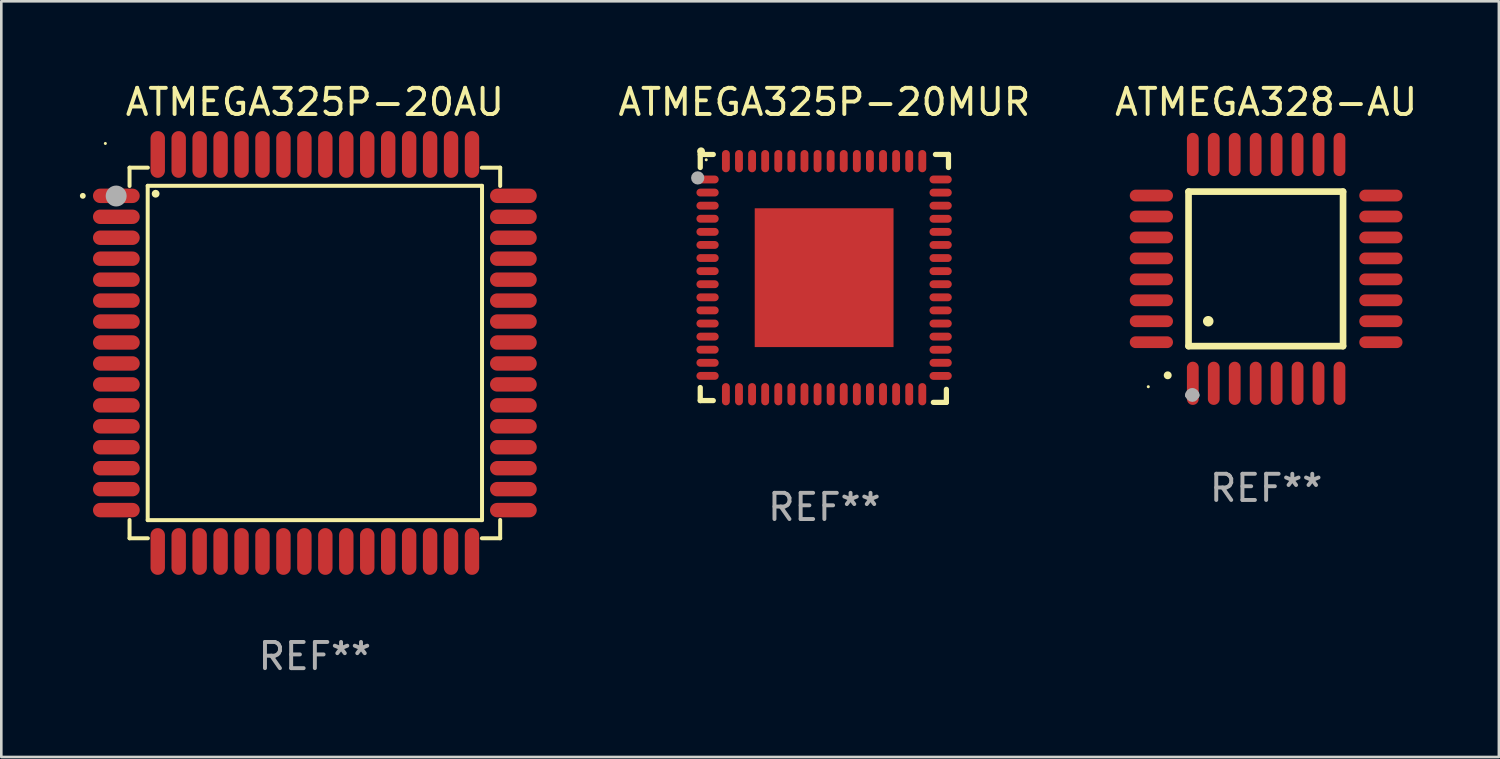
<source format=kicad_pcb>
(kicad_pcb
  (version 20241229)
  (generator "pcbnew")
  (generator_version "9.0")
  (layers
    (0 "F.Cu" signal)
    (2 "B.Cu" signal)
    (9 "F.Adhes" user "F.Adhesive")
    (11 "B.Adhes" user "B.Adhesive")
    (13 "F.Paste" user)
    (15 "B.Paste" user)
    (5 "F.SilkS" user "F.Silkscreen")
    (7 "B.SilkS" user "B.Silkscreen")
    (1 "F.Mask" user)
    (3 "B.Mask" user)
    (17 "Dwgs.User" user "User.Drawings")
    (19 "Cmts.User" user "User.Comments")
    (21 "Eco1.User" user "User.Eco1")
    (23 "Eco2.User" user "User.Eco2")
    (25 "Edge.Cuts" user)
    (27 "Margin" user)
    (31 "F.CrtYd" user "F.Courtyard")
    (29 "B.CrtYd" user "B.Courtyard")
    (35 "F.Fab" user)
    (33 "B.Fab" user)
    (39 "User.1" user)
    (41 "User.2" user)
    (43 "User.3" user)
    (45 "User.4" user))
  (footprint "ATMEGA325P-20MUR"
    (layer "F.Cu")
    (at 28.428 7.581)
    (property "Reference" "ATMEGA325P-20MUR" (at 0 -6.733 0) (layer "F.SilkS") (effects (font (size 1 1) (thickness 0.15))))
    (attr through_hole)
    (fp_line (start -4.739 -4.733) (end -4.241 -4.733) (stroke (width 0.2) (type solid)) (layer "F.SilkS"))
    (fp_line (start -4.739 -4.235) (end -4.739 -4.733) (stroke (width 0.2) (type solid)) (layer "F.SilkS"))
    (fp_line (start -4.739 4.168) (end -4.739 4.665) (stroke (width 0.2) (type solid)) (layer "F.SilkS"))
    (fp_line (start -4.739 4.665) (end -4.241 4.665) (stroke (width 0.2) (type solid)) (layer "F.SilkS"))
    (fp_line (start 4.161 4.733) (end 4.659 4.733) (stroke (width 0.2) (type solid)) (layer "F.SilkS"))
    (fp_line (start 4.241 -4.733) (end 4.739 -4.733) (stroke (width 0.2) (type solid)) (layer "F.SilkS"))
    (fp_line (start 4.659 4.733) (end 4.659 4.235) (stroke (width 0.2) (type solid)) (layer "F.SilkS"))
    (fp_line (start 4.739 -4.733) (end 4.739 -4.235) (stroke (width 0.2) (type solid)) (layer "F.SilkS"))
    (fp_arc (start -4.708623 -4.85108) (mid -4.708628 -4.85235) (end -4.708623 -4.85362) (stroke (width 0.3) (type solid)) (layer "F.SilkS"))
    (fp_circle (center -4.511 -4.529) (end -4.481 -4.529) (stroke (width 0.06) (type solid)) (fill no) (layer "F.SilkS"))
    (fp_circle (center -4.836 -3.838) (end -4.709 -3.838) (stroke (width 0.254) (type solid)) (fill no) (layer "F.Fab"))
    (fp_text user "REF**" (at 0 8.733 0) (layer "F.Fab") (effects (font (size 1 1) (thickness 0.15))))
    (pad "1" smd oval (at -4.46 -3.778) (size 0.85 0.3) (layers "F.Cu" "F.Mask" "F.Paste"))
    (pad "2" smd oval (at -4.46 -3.278) (size 0.85 0.3) (layers "F.Cu" "F.Mask" "F.Paste"))
    (pad "3" smd oval (at -4.46 -2.778) (size 0.85 0.3) (layers "F.Cu" "F.Mask" "F.Paste"))
    (pad "4" smd oval (at -4.46 -2.278) (size 0.85 0.3) (layers "F.Cu" "F.Mask" "F.Paste"))
    (pad "5" smd oval (at -4.46 -1.778) (size 0.85 0.3) (layers "F.Cu" "F.Mask" "F.Paste"))
    (pad "6" smd oval (at -4.46 -1.278) (size 0.85 0.3) (layers "F.Cu" "F.Mask" "F.Paste"))
    (pad "7" smd oval (at -4.46 -0.778) (size 0.85 0.3) (layers "F.Cu" "F.Mask" "F.Paste"))
    (pad "8" smd oval (at -4.46 -0.278) (size 0.85 0.3) (layers "F.Cu" "F.Mask" "F.Paste"))
    (pad "9" smd oval (at -4.46 0.222) (size 0.85 0.3) (layers "F.Cu" "F.Mask" "F.Paste"))
    (pad "10" smd oval (at -4.46 0.722) (size 0.85 0.3) (layers "F.Cu" "F.Mask" "F.Paste"))
    (pad "11" smd oval (at -4.46 1.222) (size 0.85 0.3) (layers "F.Cu" "F.Mask" "F.Paste"))
    (pad "12" smd oval (at -4.46 1.722) (size 0.85 0.3) (layers "F.Cu" "F.Mask" "F.Paste"))
    (pad "13" smd oval (at -4.46 2.222) (size 0.85 0.3) (layers "F.Cu" "F.Mask" "F.Paste"))
    (pad "14" smd oval (at -4.46 2.722) (size 0.85 0.3) (layers "F.Cu" "F.Mask" "F.Paste"))
    (pad "15" smd oval (at -4.46 3.222) (size 0.85 0.3) (layers "F.Cu" "F.Mask" "F.Paste"))
    (pad "16" smd oval (at -4.46 3.722) (size 0.85 0.3) (layers "F.Cu" "F.Mask" "F.Paste"))
    (pad "17" smd oval (at -3.76 4.422) (size 0.3 0.85) (layers "F.Cu" "F.Mask" "F.Paste"))
    (pad "18" smd oval (at -3.26 4.422) (size 0.3 0.85) (layers "F.Cu" "F.Mask" "F.Paste"))
    (pad "19" smd oval (at -2.76 4.422) (size 0.3 0.85) (layers "F.Cu" "F.Mask" "F.Paste"))
    (pad "20" smd oval (at -2.26 4.422) (size 0.3 0.85) (layers "F.Cu" "F.Mask" "F.Paste"))
    (pad "21" smd oval (at -1.76 4.422) (size 0.3 0.85) (layers "F.Cu" "F.Mask" "F.Paste"))
    (pad "22" smd oval (at -1.26 4.422) (size 0.3 0.85) (layers "F.Cu" "F.Mask" "F.Paste"))
    (pad "23" smd oval (at -0.76 4.422) (size 0.3 0.85) (layers "F.Cu" "F.Mask" "F.Paste"))
    (pad "24" smd oval (at -0.26 4.422) (size 0.3 0.85) (layers "F.Cu" "F.Mask" "F.Paste"))
    (pad "25" smd oval (at 0.24 4.422) (size 0.3 0.85) (layers "F.Cu" "F.Mask" "F.Paste"))
    (pad "26" smd oval (at 0.74 4.422) (size 0.3 0.85) (layers "F.Cu" "F.Mask" "F.Paste"))
    (pad "27" smd oval (at 1.24 4.422) (size 0.3 0.85) (layers "F.Cu" "F.Mask" "F.Paste"))
    (pad "28" smd oval (at 1.74 4.422) (size 0.3 0.85) (layers "F.Cu" "F.Mask" "F.Paste"))
    (pad "29" smd oval (at 2.24 4.422) (size 0.3 0.85) (layers "F.Cu" "F.Mask" "F.Paste"))
    (pad "30" smd oval (at 2.74 4.422) (size 0.3 0.85) (layers "F.Cu" "F.Mask" "F.Paste"))
    (pad "31" smd oval (at 3.24 4.422) (size 0.3 0.85) (layers "F.Cu" "F.Mask" "F.Paste"))
    (pad "32" smd oval (at 3.74 4.422) (size 0.3 0.85) (layers "F.Cu" "F.Mask" "F.Paste"))
    (pad "33" smd oval (at 4.44 3.723) (size 0.85 0.3) (layers "F.Cu" "F.Mask" "F.Paste"))
    (pad "34" smd oval (at 4.44 3.222) (size 0.85 0.3) (layers "F.Cu" "F.Mask" "F.Paste"))
    (pad "35" smd oval (at 4.44 2.723) (size 0.85 0.3) (layers "F.Cu" "F.Mask" "F.Paste"))
    (pad "36" smd oval (at 4.44 2.222) (size 0.85 0.3) (layers "F.Cu" "F.Mask" "F.Paste"))
    (pad "37" smd oval (at 4.44 1.723) (size 0.85 0.3) (layers "F.Cu" "F.Mask" "F.Paste"))
    (pad "38" smd oval (at 4.44 1.222) (size 0.85 0.3) (layers "F.Cu" "F.Mask" "F.Paste"))
    (pad "39" smd oval (at 4.44 0.723) (size 0.85 0.3) (layers "F.Cu" "F.Mask" "F.Paste"))
    (pad "40" smd oval (at 4.44 0.222) (size 0.85 0.3) (layers "F.Cu" "F.Mask" "F.Paste"))
    (pad "41" smd oval (at 4.44 -0.277) (size 0.85 0.3) (layers "F.Cu" "F.Mask" "F.Paste"))
    (pad "42" smd oval (at 4.44 -0.778) (size 0.85 0.3) (layers "F.Cu" "F.Mask" "F.Paste"))
    (pad "43" smd oval (at 4.44 -1.277) (size 0.85 0.3) (layers "F.Cu" "F.Mask" "F.Paste"))
    (pad "44" smd oval (at 4.44 -1.778) (size 0.85 0.3) (layers "F.Cu" "F.Mask" "F.Paste"))
    (pad "45" smd oval (at 4.44 -2.277) (size 0.85 0.3) (layers "F.Cu" "F.Mask" "F.Paste"))
    (pad "46" smd oval (at 4.44 -2.778) (size 0.85 0.3) (layers "F.Cu" "F.Mask" "F.Paste"))
    (pad "47" smd oval (at 4.44 -3.277) (size 0.85 0.3) (layers "F.Cu" "F.Mask" "F.Paste"))
    (pad "48" smd oval (at 4.44 -3.778) (size 0.85 0.3) (layers "F.Cu" "F.Mask" "F.Paste"))
    (pad "49" smd oval (at 3.74 -4.478) (size 0.3 0.85) (layers "F.Cu" "F.Mask" "F.Paste"))
    (pad "50" smd oval (at 3.24 -4.478) (size 0.3 0.85) (layers "F.Cu" "F.Mask" "F.Paste"))
    (pad "51" smd oval (at 2.74 -4.478) (size 0.3 0.85) (layers "F.Cu" "F.Mask" "F.Paste"))
    (pad "52" smd oval (at 2.24 -4.478) (size 0.3 0.85) (layers "F.Cu" "F.Mask" "F.Paste"))
    (pad "53" smd oval (at 1.74 -4.478) (size 0.3 0.85) (layers "F.Cu" "F.Mask" "F.Paste"))
    (pad "54" smd oval (at 1.24 -4.478) (size 0.3 0.85) (layers "F.Cu" "F.Mask" "F.Paste"))
    (pad "55" smd oval (at 0.74 -4.478) (size 0.3 0.85) (layers "F.Cu" "F.Mask" "F.Paste"))
    (pad "56" smd oval (at 0.24 -4.478) (size 0.3 0.85) (layers "F.Cu" "F.Mask" "F.Paste"))
    (pad "57" smd oval (at -0.26 -4.478) (size 0.3 0.85) (layers "F.Cu" "F.Mask" "F.Paste"))
    (pad "58" smd oval (at -0.76 -4.478) (size 0.3 0.85) (layers "F.Cu" "F.Mask" "F.Paste"))
    (pad "59" smd oval (at -1.26 -4.478) (size 0.3 0.85) (layers "F.Cu" "F.Mask" "F.Paste"))
    (pad "60" smd oval (at -1.76 -4.478) (size 0.3 0.85) (layers "F.Cu" "F.Mask" "F.Paste"))
    (pad "61" smd oval (at -2.26 -4.478) (size 0.3 0.85) (layers "F.Cu" "F.Mask" "F.Paste"))
    (pad "62" smd oval (at -2.76 -4.478) (size 0.3 0.85) (layers "F.Cu" "F.Mask" "F.Paste"))
    (pad "63" smd oval (at -3.26 -4.478) (size 0.3 0.85) (layers "F.Cu" "F.Mask" "F.Paste"))
    (pad "64" smd oval (at -3.76 -4.478) (size 0.3 0.85) (layers "F.Cu" "F.Mask" "F.Paste"))
    (pad "65" smd rect (at -0.009 -0.028 90) (size 5.3 5.3) (layers "F.Cu" "F.Mask" "F.Paste")))
  (footprint "ATMEGA325P-20AU"
    (layer "F.Cu")
    (at 8.973 10.428)
    (property "Reference" "ATMEGA325P-20AU" (at 0 -9.58 0) (layer "F.SilkS") (effects (font (size 1 1) (thickness 0.15))))
    (attr through_hole)
    (fp_line (start -7.076 -7.076) (end -6.376 -7.076) (stroke (width 0.152) (type solid)) (layer "F.SilkS"))
    (fp_line (start -7.076 -6.376) (end -7.076 -7.076) (stroke (width 0.152) (type solid)) (layer "F.SilkS"))
    (fp_line (start -7.076 6.376) (end -7.076 7.076) (stroke (width 0.152) (type solid)) (layer "F.SilkS"))
    (fp_line (start -7.076 7.076) (end -6.376 7.076) (stroke (width 0.152) (type solid)) (layer "F.SilkS"))
    (fp_line (start -6.383 -6.383) (end 6.383 -6.383) (stroke (width 0.152) (type solid)) (layer "F.SilkS"))
    (fp_line (start -6.383 6.383) (end -6.383 -6.383) (stroke (width 0.152) (type solid)) (layer "F.SilkS"))
    (fp_line (start 6.383 -6.383) (end 6.383 6.383) (stroke (width 0.152) (type solid)) (layer "F.SilkS"))
    (fp_line (start 6.383 6.383) (end -6.383 6.383) (stroke (width 0.152) (type solid)) (layer "F.SilkS"))
    (fp_line (start 7.076 -7.076) (end 6.376 -7.076) (stroke (width 0.152) (type solid)) (layer "F.SilkS"))
    (fp_line (start 7.076 -6.376) (end 7.076 -7.076) (stroke (width 0.152) (type solid)) (layer "F.SilkS"))
    (fp_line (start 7.076 6.376) (end 7.076 7.076) (stroke (width 0.152) (type solid)) (layer "F.SilkS"))
    (fp_line (start 7.076 7.076) (end 6.376 7.076) (stroke (width 0.152) (type solid)) (layer "F.SilkS"))
    (fp_circle (center -8.861 -6) (end -8.805 -6) (stroke (width 0.112) (type solid)) (fill no) (layer "F.SilkS"))
    (fp_circle (center -8 -8) (end -7.97 -8) (stroke (width 0.06) (type solid)) (fill no) (layer "F.SilkS"))
    (fp_circle (center -6.08 -6.08) (end -6.005 -6.08) (stroke (width 0.15) (type solid)) (fill no) (layer "F.SilkS"))
    (fp_circle (center -7.587 -5.993) (end -7.387 -5.993) (stroke (width 0.4) (type solid)) (fill no) (layer "F.Fab"))
    (fp_text user "REF**" (at 0 11.58 0) (layer "F.Fab") (effects (font (size 1 1) (thickness 0.15))))
    (pad "1" smd oval (at -7.58 -6) (size 1.785 0.55) (layers "F.Cu" "F.Mask" "F.Paste"))
    (pad "2" smd oval (at -7.58 -5.2) (size 1.785 0.55) (layers "F.Cu" "F.Mask" "F.Paste"))
    (pad "3" smd oval (at -7.58 -4.4) (size 1.785 0.55) (layers "F.Cu" "F.Mask" "F.Paste"))
    (pad "4" smd oval (at -7.58 -3.6) (size 1.785 0.55) (layers "F.Cu" "F.Mask" "F.Paste"))
    (pad "5" smd oval (at -7.58 -2.8) (size 1.785 0.55) (layers "F.Cu" "F.Mask" "F.Paste"))
    (pad "6" smd oval (at -7.58 -2) (size 1.785 0.55) (layers "F.Cu" "F.Mask" "F.Paste"))
    (pad "7" smd oval (at -7.58 -1.2) (size 1.785 0.55) (layers "F.Cu" "F.Mask" "F.Paste"))
    (pad "8" smd oval (at -7.58 -0.4) (size 1.785 0.55) (layers "F.Cu" "F.Mask" "F.Paste"))
    (pad "9" smd oval (at -7.58 0.4) (size 1.785 0.55) (layers "F.Cu" "F.Mask" "F.Paste"))
    (pad "10" smd oval (at -7.58 1.2) (size 1.785 0.55) (layers "F.Cu" "F.Mask" "F.Paste"))
    (pad "11" smd oval (at -7.58 2) (size 1.785 0.55) (layers "F.Cu" "F.Mask" "F.Paste"))
    (pad "12" smd oval (at -7.58 2.8) (size 1.785 0.55) (layers "F.Cu" "F.Mask" "F.Paste"))
    (pad "13" smd oval (at -7.58 3.6) (size 1.785 0.55) (layers "F.Cu" "F.Mask" "F.Paste"))
    (pad "14" smd oval (at -7.58 4.4) (size 1.785 0.55) (layers "F.Cu" "F.Mask" "F.Paste"))
    (pad "15" smd oval (at -7.58 5.2) (size 1.785 0.55) (layers "F.Cu" "F.Mask" "F.Paste"))
    (pad "16" smd oval (at -7.58 6) (size 1.785 0.55) (layers "F.Cu" "F.Mask" "F.Paste"))
    (pad "17" smd oval (at -6 7.58) (size 0.55 1.785) (layers "F.Cu" "F.Mask" "F.Paste"))
    (pad "18" smd oval (at -5.2 7.58) (size 0.55 1.785) (layers "F.Cu" "F.Mask" "F.Paste"))
    (pad "19" smd oval (at -4.4 7.58) (size 0.55 1.785) (layers "F.Cu" "F.Mask" "F.Paste"))
    (pad "20" smd oval (at -3.6 7.58) (size 0.55 1.785) (layers "F.Cu" "F.Mask" "F.Paste"))
    (pad "21" smd oval (at -2.8 7.58) (size 0.55 1.785) (layers "F.Cu" "F.Mask" "F.Paste"))
    (pad "22" smd oval (at -2 7.58) (size 0.55 1.785) (layers "F.Cu" "F.Mask" "F.Paste"))
    (pad "23" smd oval (at -1.2 7.58) (size 0.55 1.785) (layers "F.Cu" "F.Mask" "F.Paste"))
    (pad "24" smd oval (at -0.4 7.58) (size 0.55 1.785) (layers "F.Cu" "F.Mask" "F.Paste"))
    (pad "25" smd oval (at 0.4 7.58) (size 0.55 1.785) (layers "F.Cu" "F.Mask" "F.Paste"))
    (pad "26" smd oval (at 1.2 7.58) (size 0.55 1.785) (layers "F.Cu" "F.Mask" "F.Paste"))
    (pad "27" smd oval (at 2 7.58) (size 0.55 1.785) (layers "F.Cu" "F.Mask" "F.Paste"))
    (pad "28" smd oval (at 2.8 7.58) (size 0.55 1.785) (layers "F.Cu" "F.Mask" "F.Paste"))
    (pad "29" smd oval (at 3.6 7.58) (size 0.55 1.785) (layers "F.Cu" "F.Mask" "F.Paste"))
    (pad "30" smd oval (at 4.4 7.58) (size 0.55 1.785) (layers "F.Cu" "F.Mask" "F.Paste"))
    (pad "31" smd oval (at 5.2 7.58) (size 0.55 1.785) (layers "F.Cu" "F.Mask" "F.Paste"))
    (pad "32" smd oval (at 6 7.58) (size 0.55 1.785) (layers "F.Cu" "F.Mask" "F.Paste"))
    (pad "33" smd oval (at 7.58 6) (size 1.785 0.55) (layers "F.Cu" "F.Mask" "F.Paste"))
    (pad "34" smd oval (at 7.58 5.2) (size 1.785 0.55) (layers "F.Cu" "F.Mask" "F.Paste"))
    (pad "35" smd oval (at 7.58 4.4) (size 1.785 0.55) (layers "F.Cu" "F.Mask" "F.Paste"))
    (pad "36" smd oval (at 7.58 3.6) (size 1.785 0.55) (layers "F.Cu" "F.Mask" "F.Paste"))
    (pad "37" smd oval (at 7.58 2.8) (size 1.785 0.55) (layers "F.Cu" "F.Mask" "F.Paste"))
    (pad "38" smd oval (at 7.58 2) (size 1.785 0.55) (layers "F.Cu" "F.Mask" "F.Paste"))
    (pad "39" smd oval (at 7.58 1.2) (size 1.785 0.55) (layers "F.Cu" "F.Mask" "F.Paste"))
    (pad "40" smd oval (at 7.58 0.4) (size 1.785 0.55) (layers "F.Cu" "F.Mask" "F.Paste"))
    (pad "41" smd oval (at 7.58 -0.4) (size 1.785 0.55) (layers "F.Cu" "F.Mask" "F.Paste"))
    (pad "42" smd oval (at 7.58 -1.2) (size 1.785 0.55) (layers "F.Cu" "F.Mask" "F.Paste"))
    (pad "43" smd oval (at 7.58 -2) (size 1.785 0.55) (layers "F.Cu" "F.Mask" "F.Paste"))
    (pad "44" smd oval (at 7.58 -2.8) (size 1.785 0.55) (layers "F.Cu" "F.Mask" "F.Paste"))
    (pad "45" smd oval (at 7.58 -3.6) (size 1.785 0.55) (layers "F.Cu" "F.Mask" "F.Paste"))
    (pad "46" smd oval (at 7.58 -4.4) (size 1.785 0.55) (layers "F.Cu" "F.Mask" "F.Paste"))
    (pad "47" smd oval (at 7.58 -5.2) (size 1.785 0.55) (layers "F.Cu" "F.Mask" "F.Paste"))
    (pad "48" smd oval (at 7.58 -6) (size 1.785 0.55) (layers "F.Cu" "F.Mask" "F.Paste"))
    (pad "49" smd oval (at 6 -7.58) (size 0.55 1.785) (layers "F.Cu" "F.Mask" "F.Paste"))
    (pad "50" smd oval (at 5.2 -7.58) (size 0.55 1.785) (layers "F.Cu" "F.Mask" "F.Paste"))
    (pad "51" smd oval (at 4.4 -7.58) (size 0.55 1.785) (layers "F.Cu" "F.Mask" "F.Paste"))
    (pad "52" smd oval (at 3.6 -7.58) (size 0.55 1.785) (layers "F.Cu" "F.Mask" "F.Paste"))
    (pad "53" smd oval (at 2.8 -7.58) (size 0.55 1.785) (layers "F.Cu" "F.Mask" "F.Paste"))
    (pad "54" smd oval (at 2 -7.58) (size 0.55 1.785) (layers "F.Cu" "F.Mask" "F.Paste"))
    (pad "55" smd oval (at 1.2 -7.58) (size 0.55 1.785) (layers "F.Cu" "F.Mask" "F.Paste"))
    (pad "56" smd oval (at 0.4 -7.58) (size 0.55 1.785) (layers "F.Cu" "F.Mask" "F.Paste"))
    (pad "57" smd oval (at -0.4 -7.58) (size 0.55 1.785) (layers "F.Cu" "F.Mask" "F.Paste"))
    (pad "58" smd oval (at -1.2 -7.58) (size 0.55 1.785) (layers "F.Cu" "F.Mask" "F.Paste"))
    (pad "59" smd oval (at -2 -7.58) (size 0.55 1.785) (layers "F.Cu" "F.Mask" "F.Paste"))
    (pad "60" smd oval (at -2.8 -7.58) (size 0.55 1.785) (layers "F.Cu" "F.Mask" "F.Paste"))
    (pad "61" smd oval (at -3.6 -7.58) (size 0.55 1.785) (layers "F.Cu" "F.Mask" "F.Paste"))
    (pad "62" smd oval (at -4.4 -7.58) (size 0.55 1.785) (layers "F.Cu" "F.Mask" "F.Paste"))
    (pad "63" smd oval (at -5.2 -7.58) (size 0.55 1.785) (layers "F.Cu" "F.Mask" "F.Paste"))
    (pad "64" smd oval (at -6 -7.58) (size 0.55 1.785) (layers "F.Cu" "F.Mask" "F.Paste")))
  (footprint "ATMEGA328-AU"
    (layer "F.Cu")
    (at 45.297 7.217)
    (property "Reference" "ATMEGA328-AU" (at 0 -6.369 0) (layer "F.SilkS") (effects (font (size 1 1) (thickness 0.15))))
    (attr through_hole)
    (fp_line (start -2.963 -2.95) (end -2.963 2.95) (stroke (width 0.254) (type solid)) (layer "F.SilkS"))
    (fp_line (start -2.963 2.95) (end 2.937 2.95) (stroke (width 0.254) (type solid)) (layer "F.SilkS"))
    (fp_line (start 2.937 -2.95) (end -2.963 -2.95) (stroke (width 0.254) (type solid)) (layer "F.SilkS"))
    (fp_line (start 2.937 2.95) (end 2.937 -2.95) (stroke (width 0.254) (type solid)) (layer "F.SilkS"))
    (fp_arc (start -3.759208 4.064008) (mid -3.757938 4.064003) (end -3.756668 4.064008) (stroke (width 0.3) (type solid)) (layer "F.SilkS"))
    (fp_arc (start -2.212344 1.998984) (mid -2.211074 1.99898) (end -2.209804 1.998984) (stroke (width 0.4) (type solid)) (layer "F.SilkS"))
    (fp_circle (center -4.5 4.5) (end -4.47 4.5) (stroke (width 0.06) (type solid)) (fill no) (layer "F.SilkS"))
    (fp_arc (start -2.967489 4.82601) (mid -2.819406 4.677927) (end -2.671323 4.82601) (stroke (width 0.254001) (type solid)) (layer "F.Fab"))
    (fp_arc (start -2.967488 4.82601) (mid -2.819406 4.791053) (end -2.671324 4.82601) (stroke (width 0.254001) (type solid)) (layer "F.Fab"))
    (fp_circle (center -2.819 4.826) (end -2.692 4.826) (stroke (width 0.254) (type solid)) (fill no) (layer "F.Fab"))
    (fp_text user "REF**" (at 0 8.369 0) (layer "F.Fab") (effects (font (size 1 1) (thickness 0.15))))
    (pad "1" smd oval (at -2.8 4.369) (size 0.45 1.65) (layers "F.Cu" "F.Mask" "F.Paste"))
    (pad "2" smd oval (at -2 4.369) (size 0.45 1.65) (layers "F.Cu" "F.Mask" "F.Paste"))
    (pad "3" smd oval (at -1.2 4.369) (size 0.45 1.65) (layers "F.Cu" "F.Mask" "F.Paste"))
    (pad "4" smd oval (at -0.4 4.369) (size 0.45 1.65) (layers "F.Cu" "F.Mask" "F.Paste"))
    (pad "5" smd oval (at 0.4 4.369) (size 0.45 1.65) (layers "F.Cu" "F.Mask" "F.Paste"))
    (pad "6" smd oval (at 1.2 4.369) (size 0.45 1.65) (layers "F.Cu" "F.Mask" "F.Paste"))
    (pad "7" smd oval (at 2 4.369) (size 0.45 1.65) (layers "F.Cu" "F.Mask" "F.Paste"))
    (pad "8" smd oval (at 2.8 4.369) (size 0.45 1.65) (layers "F.Cu" "F.Mask" "F.Paste"))
    (pad "9" smd oval (at 4.382 2.8) (size 1.65 0.45) (layers "F.Cu" "F.Mask" "F.Paste"))
    (pad "10" smd oval (at 4.382 2) (size 1.65 0.45) (layers "F.Cu" "F.Mask" "F.Paste"))
    (pad "11" smd oval (at 4.382 1.2) (size 1.65 0.45) (layers "F.Cu" "F.Mask" "F.Paste"))
    (pad "12" smd oval (at 4.382 0.4) (size 1.65 0.45) (layers "F.Cu" "F.Mask" "F.Paste"))
    (pad "13" smd oval (at 4.382 -0.4) (size 1.65 0.45) (layers "F.Cu" "F.Mask" "F.Paste"))
    (pad "14" smd oval (at 4.382 -1.2) (size 1.65 0.45) (layers "F.Cu" "F.Mask" "F.Paste"))
    (pad "15" smd oval (at 4.382 -2) (size 1.65 0.45) (layers "F.Cu" "F.Mask" "F.Paste"))
    (pad "16" smd oval (at 4.382 -2.8) (size 1.65 0.45) (layers "F.Cu" "F.Mask" "F.Paste"))
    (pad "17" smd oval (at 2.8 -4.369) (size 0.45 1.65) (layers "F.Cu" "F.Mask" "F.Paste"))
    (pad "18" smd oval (at 2 -4.369) (size 0.45 1.65) (layers "F.Cu" "F.Mask" "F.Paste"))
    (pad "19" smd oval (at 1.2 -4.369) (size 0.45 1.65) (layers "F.Cu" "F.Mask" "F.Paste"))
    (pad "20" smd oval (at 0.4 -4.369) (size 0.45 1.65) (layers "F.Cu" "F.Mask" "F.Paste"))
    (pad "21" smd oval (at -0.4 -4.369) (size 0.45 1.65) (layers "F.Cu" "F.Mask" "F.Paste"))
    (pad "22" smd oval (at -1.2 -4.369) (size 0.45 1.65) (layers "F.Cu" "F.Mask" "F.Paste"))
    (pad "23" smd oval (at -2 -4.369) (size 0.45 1.65) (layers "F.Cu" "F.Mask" "F.Paste"))
    (pad "24" smd oval (at -2.8 -4.369) (size 0.45 1.65) (layers "F.Cu" "F.Mask" "F.Paste"))
    (pad "25" smd oval (at -4.382 -2.8) (size 1.65 0.45) (layers "F.Cu" "F.Mask" "F.Paste"))
    (pad "26" smd oval (at -4.382 -2) (size 1.65 0.45) (layers "F.Cu" "F.Mask" "F.Paste"))
    (pad "27" smd oval (at -4.382 -1.2) (size 1.65 0.45) (layers "F.Cu" "F.Mask" "F.Paste"))
    (pad "28" smd oval (at -4.382 -0.4) (size 1.65 0.45) (layers "F.Cu" "F.Mask" "F.Paste"))
    (pad "29" smd oval (at -4.382 0.4) (size 1.65 0.45) (layers "F.Cu" "F.Mask" "F.Paste"))
    (pad "30" smd oval (at -4.382 1.2) (size 1.65 0.45) (layers "F.Cu" "F.Mask" "F.Paste"))
    (pad "31" smd oval (at -4.382 2) (size 1.65 0.45) (layers "F.Cu" "F.Mask" "F.Paste"))
    (pad "32" smd oval (at -4.382 2.8) (size 1.65 0.45) (layers "F.Cu" "F.Mask" "F.Paste")))
  (gr_rect
    (start -3 -3)
    (end 54.184 25.856)
    (stroke (width 0.1) (type default))
    (fill no)
    (layer "Edge.Cuts")))
</source>
